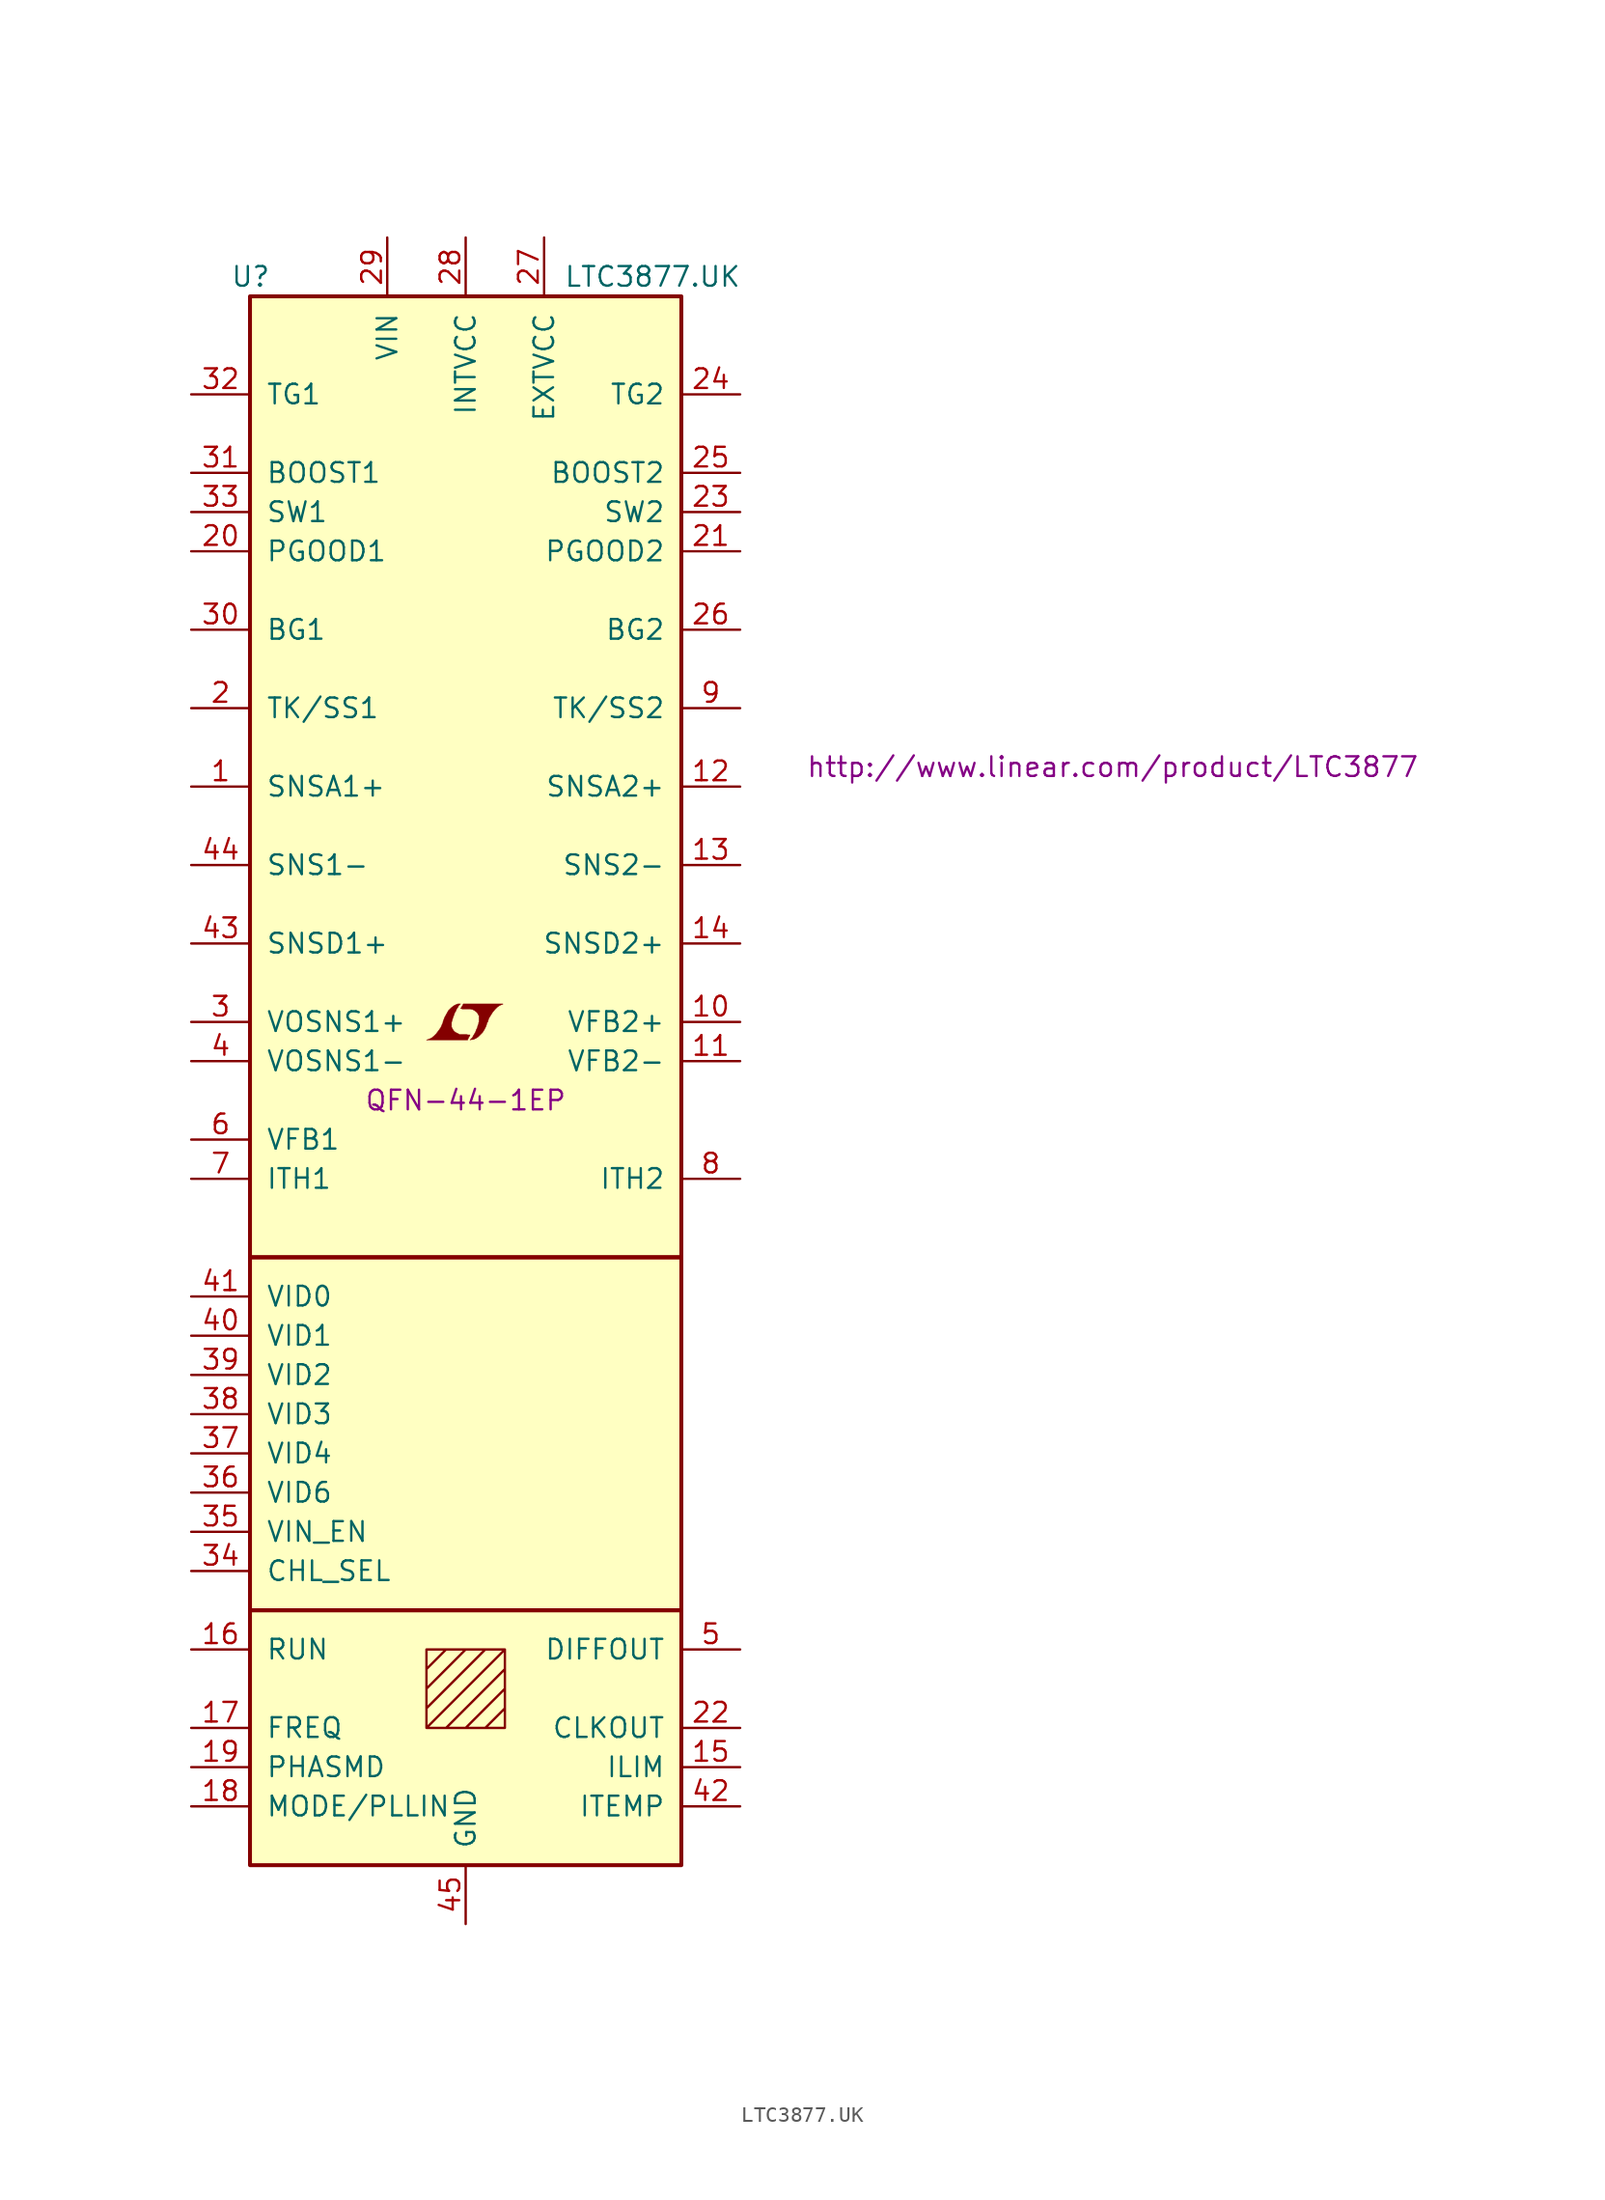
<source format=kicad_sym>
(kicad_symbol_lib
  (version 20201005)
  (generator kicad_symbol_editor)
  (symbol "LTC3877.UK"
    (pin_names
      (offset 1.016))
    (property "Reference" "U"
      (at -15.24 50.8 0)
      (effects (font (size 1.27 1.27)) (justify left)))
    (property "Value" "LTC3877.UK"
      (at 6.35 50.8 0)
      (effects (font (size 1.27 1.27)) (justify left)))
    (property "Footprint" "QFN-44-1EP"
      (at 0 -2.54 0)
      (effects (font (size 1.27 1.27))))
    (property "Datasheet" "http://www.linear.com/product/LTC3877"
      (at 41.91 19.05 0)
      (effects (font (size 1.27 1.27))))
    (symbol "LTC3877.UK_0_0"
      (polyline (pts (xy 0.203 1.549) (xy 0.229 1.575) (xy 0.279 1.676) (xy 0.279 1.702) (xy 0.152 1.702) (xy 0.051 1.727) (xy -0.406 1.727) (xy -0.432 1.753) (xy -0.686 1.88) (xy -0.787 1.981) (xy -0.864 2.108) (xy -0.914 2.21) (xy -0.914 2.515) (xy -0.864 2.667) (xy -0.838 2.769) (xy -0.813 2.845) (xy -0.762 2.972) (xy -0.711 3.124) (xy -0.635 3.251) (xy -0.584 3.378) (xy -0.508 3.48) (xy -0.457 3.581) (xy -0.33 3.708) (xy -0.508 3.708) (xy -0.635 3.658) (xy -0.737 3.607) (xy -0.813 3.556) (xy -0.94 3.454) (xy -1.118 3.277) (xy -1.372 2.819) (xy -1.473 2.54) (xy -1.473 2.489) (xy -1.524 2.388) (xy -1.575 2.261) (xy -1.626 2.159) (xy -1.753 1.981) (xy -1.905 1.778) (xy -2.057 1.626) (xy -2.21 1.499) (xy -2.388 1.422) (xy -2.54 1.372) (xy 0.127 1.372) (xy 0.203 1.549)) (stroke (width 0.025)) (fill (type outline)))
      (polyline (pts (xy 0.406 1.397) (xy 0.483 1.397) (xy 0.66 1.473) (xy 0.813 1.575) (xy 1.092 1.854) (xy 1.219 2.057) (xy 1.321 2.261) (xy 1.397 2.515) (xy 1.422 2.515) (xy 1.499 2.769) (xy 1.753 3.175) (xy 1.905 3.353) (xy 2.057 3.505) (xy 2.21 3.607) (xy 2.388 3.683) (xy 2.413 3.683) (xy 2.413 3.708) (xy -0.152 3.708) (xy -0.229 3.556) (xy -0.254 3.531) (xy -0.305 3.429) (xy -0.33 3.404) (xy -0.279 3.404) (xy -0.229 3.378) (xy 0.305 3.378) (xy 0.356 3.353) (xy 0.406 3.353) (xy 0.483 3.327) (xy 0.61 3.251) (xy 0.737 3.15) (xy 0.813 3.023) (xy 0.838 2.972) (xy 0.864 2.946) (xy 0.864 2.54) (xy 0.838 2.489) (xy 0.838 2.413) (xy 0.787 2.311) (xy 0.762 2.184) (xy 0.686 2.032) (xy 0.635 1.88) (xy 0.483 1.626) (xy 0.432 1.524) (xy 0.279 1.372) (xy 0.406 1.397)) (stroke (width 0.025)) (fill (type outline))))
    (symbol "LTC3877.UK_0_1"
      (rectangle (start -13.97 -12.7) (end 13.97 -35.56) (stroke (width 0.254)) (fill (type background)))
      (rectangle (start -13.97 49.53) (end 13.97 -12.7) (stroke (width 0.254)) (fill (type background)))
      (rectangle (start 13.97 -35.56) (end -13.97 -52.07) (stroke (width 0.254)) (fill (type background)))
      (polyline (pts (xy -2.54 -39.37) (xy -1.27 -38.1) (xy 0 -38.1) (xy -2.54 -40.64) (xy -2.54 -41.91) (xy 1.27 -38.1) (xy 2.54 -38.1) (xy -2.54 -43.18) (xy -1.27 -43.18) (xy 2.54 -39.37) (xy 2.54 -40.64) (xy 0 -43.18) (xy 1.27 -43.18) (xy 2.54 -41.91) (xy 2.54 -43.18) (xy -2.54 -43.18) (xy -2.54 -38.1) (xy 2.54 -38.1) (xy 2.54 -43.18)) (stroke (width 0)) (fill (type none))))
    (symbol "LTC3877.UK_1_1"
      (pin passive line (at -17.78 17.78 0) (length 3.81) (name "SNSA1+" (effects (font (size 1.27 1.27)))) (number "1" (effects (font (size 1.27 1.27)))))
      (pin passive line (at 17.78 2.54 180) (length 3.81) (name "VFB2+" (effects (font (size 1.27 1.27)))) (number "10" (effects (font (size 1.27 1.27)))))
      (pin passive line (at 17.78 0 180) (length 3.81) (name "VFB2-" (effects (font (size 1.27 1.27)))) (number "11" (effects (font (size 1.27 1.27)))))
      (pin passive line (at 17.78 17.78 180) (length 3.81) (name "SNSA2+" (effects (font (size 1.27 1.27)))) (number "12" (effects (font (size 1.27 1.27)))))
      (pin passive line (at 17.78 12.7 180) (length 3.81) (name "SNS2-" (effects (font (size 1.27 1.27)))) (number "13" (effects (font (size 1.27 1.27)))))
      (pin passive line (at 17.78 7.62 180) (length 3.81) (name "SNSD2+" (effects (font (size 1.27 1.27)))) (number "14" (effects (font (size 1.27 1.27)))))
      (pin passive line (at 17.78 -45.72 180) (length 3.81) (name "ILIM" (effects (font (size 1.27 1.27)))) (number "15" (effects (font (size 1.27 1.27)))))
      (pin input line (at -17.78 -38.1 0) (length 3.81) (name "RUN" (effects (font (size 1.27 1.27)))) (number "16" (effects (font (size 1.27 1.27)))))
      (pin input line (at -17.78 -43.18 0) (length 3.81) (name "FREQ" (effects (font (size 1.27 1.27)))) (number "17" (effects (font (size 1.27 1.27)))))
      (pin input line (at -17.78 -48.26 0) (length 3.81) (name "MODE/PLLIN" (effects (font (size 1.27 1.27)))) (number "18" (effects (font (size 1.27 1.27)))))
      (pin input line (at -17.78 -45.72 0) (length 3.81) (name "PHASMD" (effects (font (size 1.27 1.27)))) (number "19" (effects (font (size 1.27 1.27)))))
      (pin passive line (at -17.78 22.86 0) (length 3.81) (name "TK/SS1" (effects (font (size 1.27 1.27)))) (number "2" (effects (font (size 1.27 1.27)))))
      (pin open_collector line (at -17.78 33.02 0) (length 3.81) (name "PGOOD1" (effects (font (size 1.27 1.27)))) (number "20" (effects (font (size 1.27 1.27)))))
      (pin open_collector line (at 17.78 33.02 180) (length 3.81) (name "PGOOD2" (effects (font (size 1.27 1.27)))) (number "21" (effects (font (size 1.27 1.27)))))
      (pin output line (at 17.78 -43.18 180) (length 3.81) (name "CLKOUT" (effects (font (size 1.27 1.27)))) (number "22" (effects (font (size 1.27 1.27)))))
      (pin passive line (at 17.78 35.56 180) (length 3.81) (name "SW2" (effects (font (size 1.27 1.27)))) (number "23" (effects (font (size 1.27 1.27)))))
      (pin passive line (at 17.78 43.18 180) (length 3.81) (name "TG2" (effects (font (size 1.27 1.27)))) (number "24" (effects (font (size 1.27 1.27)))))
      (pin passive line (at 17.78 38.1 180) (length 3.81) (name "BOOST2" (effects (font (size 1.27 1.27)))) (number "25" (effects (font (size 1.27 1.27)))))
      (pin passive line (at 17.78 27.94 180) (length 3.81) (name "BG2" (effects (font (size 1.27 1.27)))) (number "26" (effects (font (size 1.27 1.27)))))
      (pin passive line (at 5.08 53.34 270) (length 3.81) (name "EXTVCC" (effects (font (size 1.27 1.27)))) (number "27" (effects (font (size 1.27 1.27)))))
      (pin passive line (at 0 53.34 270) (length 3.81) (name "INTVCC" (effects (font (size 1.27 1.27)))) (number "28" (effects (font (size 1.27 1.27)))))
      (pin power_in line (at -5.08 53.34 270) (length 3.81) (name "VIN" (effects (font (size 1.27 1.27)))) (number "29" (effects (font (size 1.27 1.27)))))
      (pin passive line (at -17.78 2.54 0) (length 3.81) (name "VOSNS1+" (effects (font (size 1.27 1.27)))) (number "3" (effects (font (size 1.27 1.27)))))
      (pin passive line (at -17.78 27.94 0) (length 3.81) (name "BG1" (effects (font (size 1.27 1.27)))) (number "30" (effects (font (size 1.27 1.27)))))
      (pin passive line (at -17.78 38.1 0) (length 3.81) (name "BOOST1" (effects (font (size 1.27 1.27)))) (number "31" (effects (font (size 1.27 1.27)))))
      (pin passive line (at -17.78 43.18 0) (length 3.81) (name "TG1" (effects (font (size 1.27 1.27)))) (number "32" (effects (font (size 1.27 1.27)))))
      (pin passive line (at -17.78 35.56 0) (length 3.81) (name "SW1" (effects (font (size 1.27 1.27)))) (number "33" (effects (font (size 1.27 1.27)))))
      (pin input line (at -17.78 -33.02 0) (length 3.81) (name "CHL_SEL" (effects (font (size 1.27 1.27)))) (number "34" (effects (font (size 1.27 1.27)))))
      (pin input line (at -17.78 -30.48 0) (length 3.81) (name "VIN_EN" (effects (font (size 1.27 1.27)))) (number "35" (effects (font (size 1.27 1.27)))))
      (pin input line (at -17.78 -27.94 0) (length 3.81) (name "VID6" (effects (font (size 1.27 1.27)))) (number "36" (effects (font (size 1.27 1.27)))))
      (pin input line (at -17.78 -25.4 0) (length 3.81) (name "VID4" (effects (font (size 1.27 1.27)))) (number "37" (effects (font (size 1.27 1.27)))))
      (pin input line (at -17.78 -22.86 0) (length 3.81) (name "VID3" (effects (font (size 1.27 1.27)))) (number "38" (effects (font (size 1.27 1.27)))))
      (pin input line (at -17.78 -20.32 0) (length 3.81) (name "VID2" (effects (font (size 1.27 1.27)))) (number "39" (effects (font (size 1.27 1.27)))))
      (pin passive line (at -17.78 0 0) (length 3.81) (name "VOSNS1-" (effects (font (size 1.27 1.27)))) (number "4" (effects (font (size 1.27 1.27)))))
      (pin input line (at -17.78 -17.78 0) (length 3.81) (name "VID1" (effects (font (size 1.27 1.27)))) (number "40" (effects (font (size 1.27 1.27)))))
      (pin input line (at -17.78 -15.24 0) (length 3.81) (name "VID0" (effects (font (size 1.27 1.27)))) (number "41" (effects (font (size 1.27 1.27)))))
      (pin power_in line (at 17.78 -48.26 180) (length 3.81) (name "ITEMP" (effects (font (size 1.27 1.27)))) (number "42" (effects (font (size 1.27 1.27)))))
      (pin passive line (at -17.78 7.62 0) (length 3.81) (name "SNSD1+" (effects (font (size 1.27 1.27)))) (number "43" (effects (font (size 1.27 1.27)))))
      (pin passive line (at -17.78 12.7 0) (length 3.81) (name "SNS1-" (effects (font (size 1.27 1.27)))) (number "44" (effects (font (size 1.27 1.27)))))
      (pin power_in line (at 0 -55.88 90) (length 3.81) (name "GND" (effects (font (size 1.27 1.27)))) (number "45" (effects (font (size 1.27 1.27)))))
      (pin output line (at 17.78 -38.1 180) (length 3.81) (name "DIFFOUT" (effects (font (size 1.27 1.27)))) (number "5" (effects (font (size 1.27 1.27)))))
      (pin passive line (at -17.78 -5.08 0) (length 3.81) (name "VFB1" (effects (font (size 1.27 1.27)))) (number "6" (effects (font (size 1.27 1.27)))))
      (pin passive line (at -17.78 -7.62 0) (length 3.81) (name "ITH1" (effects (font (size 1.27 1.27)))) (number "7" (effects (font (size 1.27 1.27)))))
      (pin passive line (at 17.78 -7.62 180) (length 3.81) (name "ITH2" (effects (font (size 1.27 1.27)))) (number "8" (effects (font (size 1.27 1.27)))))
      (pin passive line (at 17.78 22.86 180) (length 3.81) (name "TK/SS2" (effects (font (size 1.27 1.27)))) (number "9" (effects (font (size 1.27 1.27))))))))
</source>
